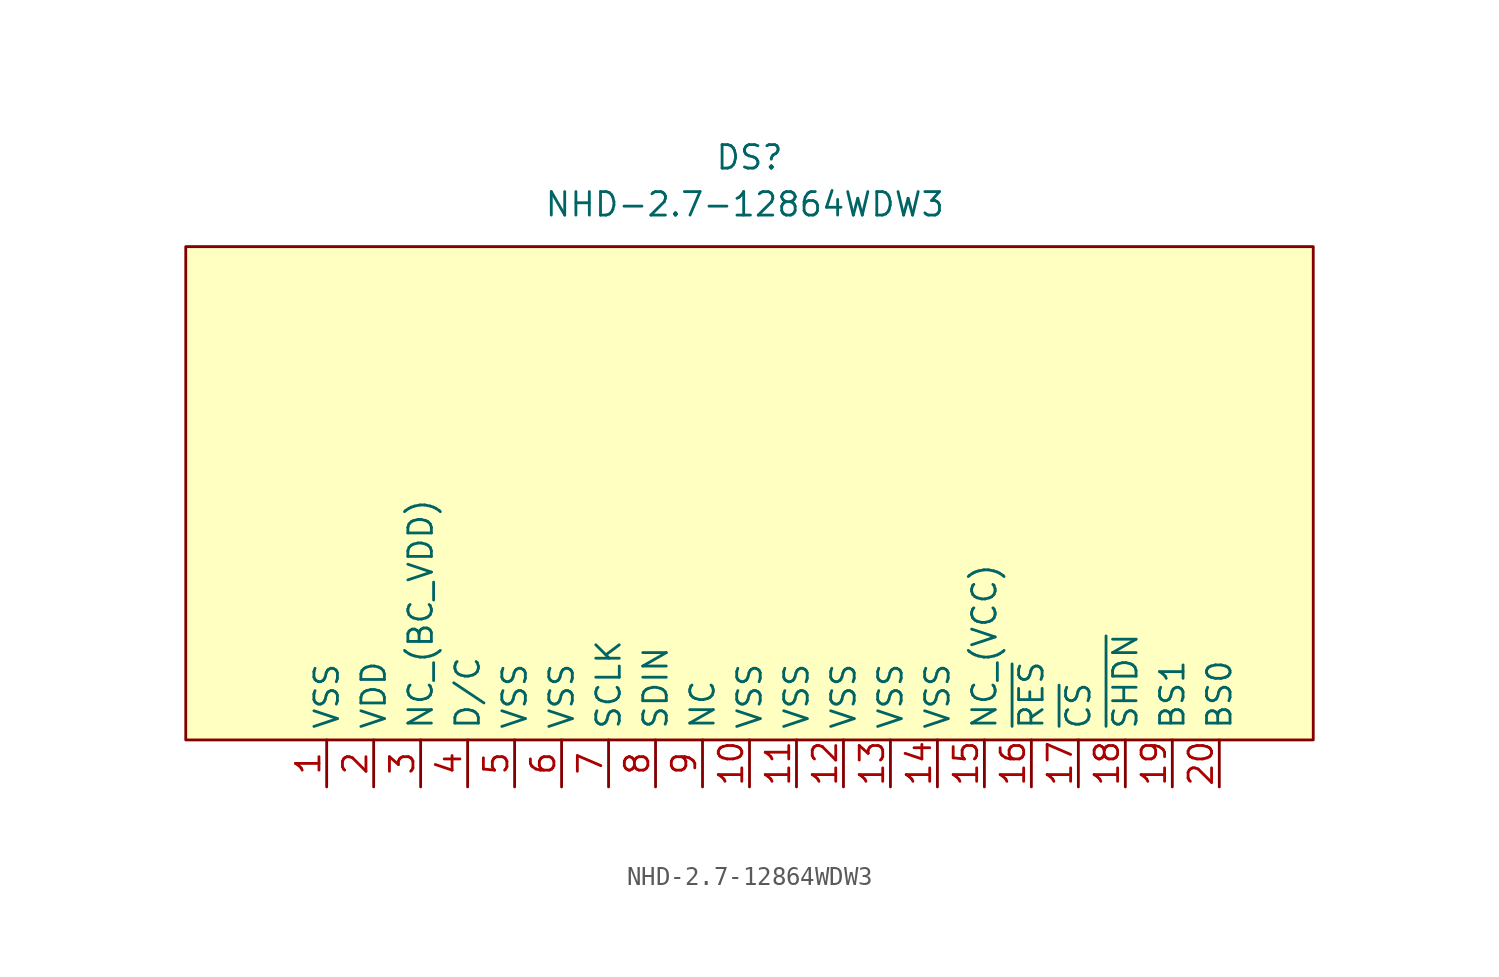
<source format=kicad_sym>
(kicad_symbol_lib
  (version 20231120)
  (generator "kicad_symbol_editor")
  (generator_version "8.0")
  (symbol "NHD-2.7-12864WDW3"
    (property "Reference" "DS"
      (at 0 18.796 0)
      (effects (font (size 1.27 1.27))))
    (property "Value" "NHD-2.7-12864WDW3"
      (at -0.254 16.256 0)
      (effects (font (size 1.27 1.27))))
    (symbol "NHD-2.7-12864WDW3_1_1"
      (rectangle (start -30.48 13.97) (end 30.48 -12.7) (stroke (width 0) (type default)) (fill (type background)))
      (pin input line (at -22.86 -15.24 90) (length 2.54) (name "VSS" (effects (font (size 1.27 1.27)))) (number "1" (effects (font (size 1.27 1.27)))))
      (pin input line (at 0 -15.24 90) (length 2.54) (name "VSS" (effects (font (size 1.27 1.27)))) (number "10" (effects (font (size 1.27 1.27)))))
      (pin input line (at 2.54 -15.24 90) (length 2.54) (name "VSS" (effects (font (size 1.27 1.27)))) (number "11" (effects (font (size 1.27 1.27)))))
      (pin input line (at 5.08 -15.24 90) (length 2.54) (name "VSS" (effects (font (size 1.27 1.27)))) (number "12" (effects (font (size 1.27 1.27)))))
      (pin input line (at 7.62 -15.24 90) (length 2.54) (name "VSS" (effects (font (size 1.27 1.27)))) (number "13" (effects (font (size 1.27 1.27)))))
      (pin input line (at 10.16 -15.24 90) (length 2.54) (name "VSS" (effects (font (size 1.27 1.27)))) (number "14" (effects (font (size 1.27 1.27)))))
      (pin input line (at 12.7 -15.24 90) (length 2.54) (name "NC_(VCC)" (effects (font (size 1.27 1.27)))) (number "15" (effects (font (size 1.27 1.27)))))
      (pin input line (at 15.24 -15.24 90) (length 2.54) (name "~{RES}" (effects (font (size 1.27 1.27)))) (number "16" (effects (font (size 1.27 1.27)))))
      (pin input line (at 17.78 -15.24 90) (length 2.54) (name "~{CS}" (effects (font (size 1.27 1.27)))) (number "17" (effects (font (size 1.27 1.27)))))
      (pin input line (at 20.32 -15.24 90) (length 2.54) (name "~{SHDN}" (effects (font (size 1.27 1.27)))) (number "18" (effects (font (size 1.27 1.27)))))
      (pin input line (at 22.86 -15.24 90) (length 2.54) (name "BS1" (effects (font (size 1.27 1.27)))) (number "19" (effects (font (size 1.27 1.27)))))
      (pin input line (at -20.32 -15.24 90) (length 2.54) (name "VDD" (effects (font (size 1.27 1.27)))) (number "2" (effects (font (size 1.27 1.27)))))
      (pin input line (at 25.4 -15.24 90) (length 2.54) (name "BS0" (effects (font (size 1.27 1.27)))) (number "20" (effects (font (size 1.27 1.27)))))
      (pin input line (at -17.78 -15.24 90) (length 2.54) (name "NC_(BC_VDD)" (effects (font (size 1.27 1.27)))) (number "3" (effects (font (size 1.27 1.27)))))
      (pin input line (at -15.24 -15.24 90) (length 2.54) (name "D/C" (effects (font (size 1.27 1.27)))) (number "4" (effects (font (size 1.27 1.27)))))
      (pin input line (at -12.7 -15.24 90) (length 2.54) (name "VSS" (effects (font (size 1.27 1.27)))) (number "5" (effects (font (size 1.27 1.27)))))
      (pin input line (at -10.16 -15.24 90) (length 2.54) (name "VSS" (effects (font (size 1.27 1.27)))) (number "6" (effects (font (size 1.27 1.27)))))
      (pin input line (at -7.62 -15.24 90) (length 2.54) (name "SCLK" (effects (font (size 1.27 1.27)))) (number "7" (effects (font (size 1.27 1.27)))))
      (pin input line (at -5.08 -15.24 90) (length 2.54) (name "SDIN" (effects (font (size 1.27 1.27)))) (number "8" (effects (font (size 1.27 1.27)))))
      (pin input line (at -2.54 -15.24 90) (length 2.54) (name "NC" (effects (font (size 1.27 1.27)))) (number "9" (effects (font (size 1.27 1.27))))))))
</source>
